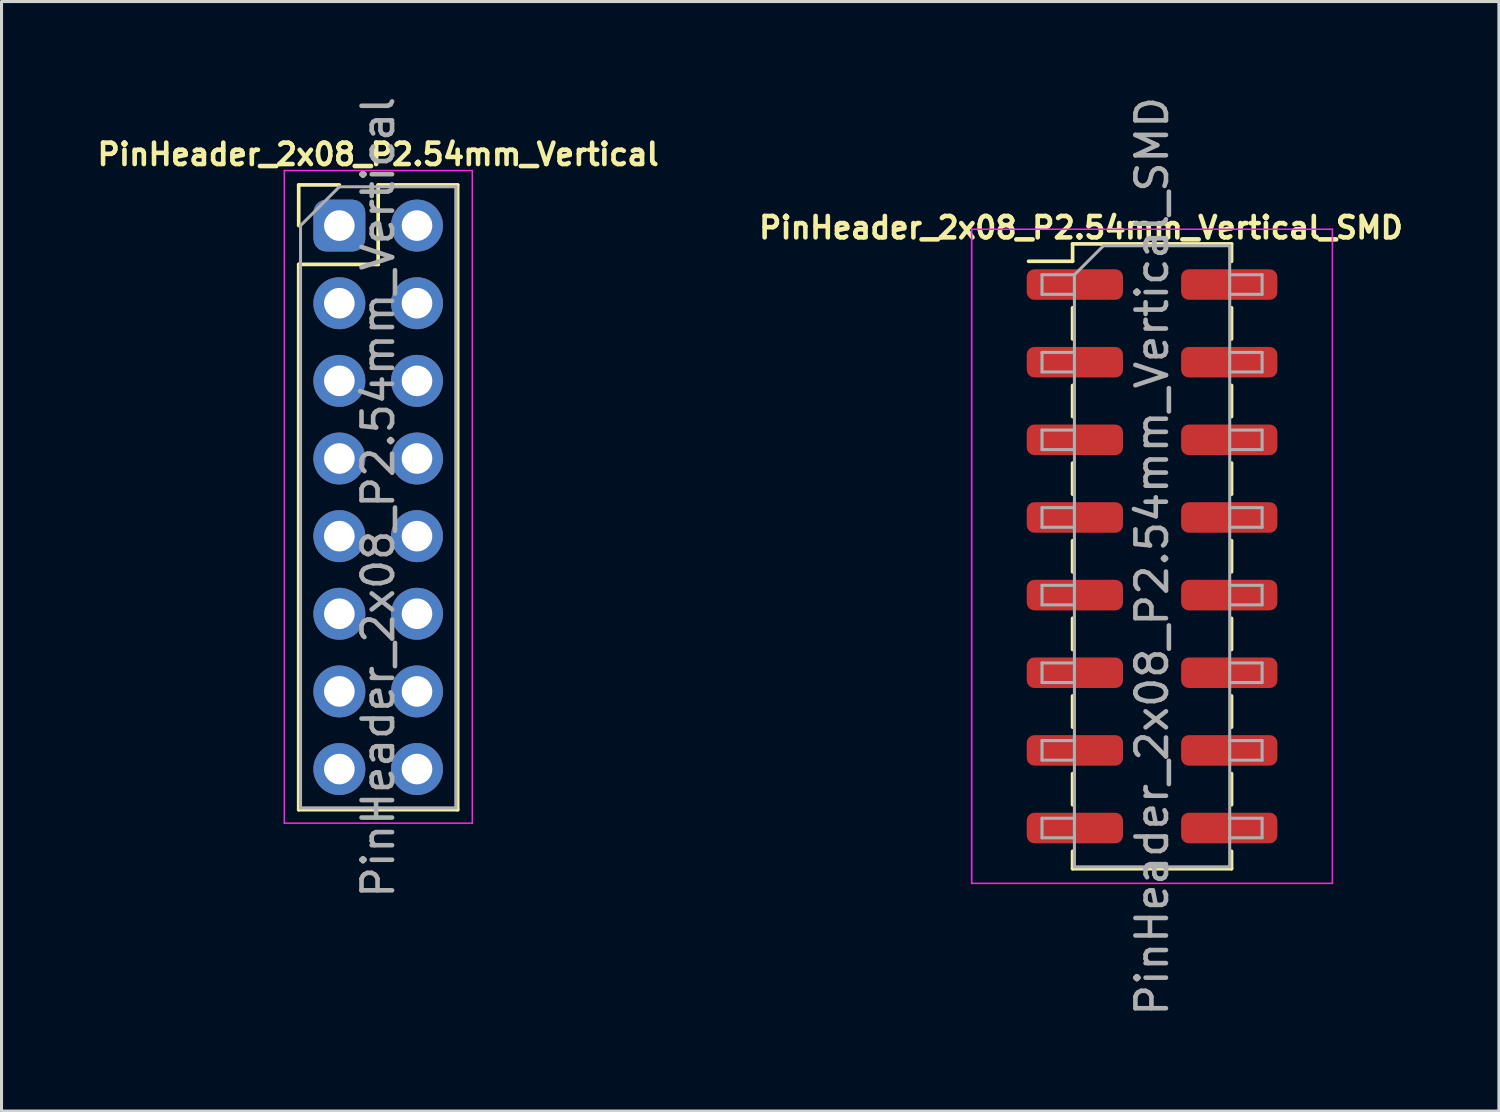
<source format=kicad_pcb>
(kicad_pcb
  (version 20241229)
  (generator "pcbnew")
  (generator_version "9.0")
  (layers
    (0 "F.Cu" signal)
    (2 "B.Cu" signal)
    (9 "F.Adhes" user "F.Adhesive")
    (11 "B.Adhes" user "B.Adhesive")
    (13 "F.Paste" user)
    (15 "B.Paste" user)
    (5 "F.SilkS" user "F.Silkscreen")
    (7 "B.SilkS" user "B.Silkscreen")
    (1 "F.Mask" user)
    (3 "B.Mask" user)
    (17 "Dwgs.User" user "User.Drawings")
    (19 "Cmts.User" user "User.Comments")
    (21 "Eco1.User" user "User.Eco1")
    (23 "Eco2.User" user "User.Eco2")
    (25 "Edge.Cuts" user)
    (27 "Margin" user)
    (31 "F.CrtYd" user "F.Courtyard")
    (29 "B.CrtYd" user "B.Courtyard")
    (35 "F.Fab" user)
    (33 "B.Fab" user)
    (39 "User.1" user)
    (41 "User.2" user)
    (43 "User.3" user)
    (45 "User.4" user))
  (footprint "PinHeader_2x08_P2.54mm_Vertical_SMD"
    (layer "F.Cu")
    (at 34.64 15.149)
    (property "Reference" "PinHeader_2x08_P2.54mm_Vertical_SMD" (at -2.325 -10.75 0) (layer "F.SilkS") (effects (font (size 0.7 0.7) (thickness 0.15))))
    (attr smd)
    (fp_line (start -4.04 -9.65) (end -2.6 -9.65) (stroke (width 0.12) (type solid)) (layer "F.SilkS"))
    (fp_line (start -2.6 -10.22) (end -2.6 -9.65) (stroke (width 0.12) (type solid)) (layer "F.SilkS"))
    (fp_line (start -2.6 -10.22) (end 2.6 -10.22) (stroke (width 0.12) (type solid)) (layer "F.SilkS"))
    (fp_line (start -2.6 -8.13) (end -2.6 -7.11) (stroke (width 0.12) (type solid)) (layer "F.SilkS"))
    (fp_line (start -2.6 -5.59) (end -2.6 -4.57) (stroke (width 0.12) (type solid)) (layer "F.SilkS"))
    (fp_line (start -2.6 -3.05) (end -2.6 -2.03) (stroke (width 0.12) (type solid)) (layer "F.SilkS"))
    (fp_line (start -2.6 -0.51) (end -2.6 0.51) (stroke (width 0.12) (type solid)) (layer "F.SilkS"))
    (fp_line (start -2.6 2.03) (end -2.6 3.05) (stroke (width 0.12) (type solid)) (layer "F.SilkS"))
    (fp_line (start -2.6 4.57) (end -2.6 5.59) (stroke (width 0.12) (type solid)) (layer "F.SilkS"))
    (fp_line (start -2.6 7.11) (end -2.6 8.13) (stroke (width 0.12) (type solid)) (layer "F.SilkS"))
    (fp_line (start -2.6 9.65) (end -2.6 10.22) (stroke (width 0.12) (type solid)) (layer "F.SilkS"))
    (fp_line (start -2.6 10.22) (end 2.6 10.22) (stroke (width 0.12) (type solid)) (layer "F.SilkS"))
    (fp_line (start 2.6 -10.22) (end 2.6 -9.65) (stroke (width 0.12) (type solid)) (layer "F.SilkS"))
    (fp_line (start 2.6 -8.13) (end 2.6 -7.11) (stroke (width 0.12) (type solid)) (layer "F.SilkS"))
    (fp_line (start 2.6 -5.59) (end 2.6 -4.57) (stroke (width 0.12) (type solid)) (layer "F.SilkS"))
    (fp_line (start 2.6 -3.05) (end 2.6 -2.03) (stroke (width 0.12) (type solid)) (layer "F.SilkS"))
    (fp_line (start 2.6 -0.51) (end 2.6 0.51) (stroke (width 0.12) (type solid)) (layer "F.SilkS"))
    (fp_line (start 2.6 2.03) (end 2.6 3.05) (stroke (width 0.12) (type solid)) (layer "F.SilkS"))
    (fp_line (start 2.6 4.57) (end 2.6 5.59) (stroke (width 0.12) (type solid)) (layer "F.SilkS"))
    (fp_line (start 2.6 7.11) (end 2.6 8.13) (stroke (width 0.12) (type solid)) (layer "F.SilkS"))
    (fp_line (start 2.6 9.65) (end 2.6 10.22) (stroke (width 0.12) (type solid)) (layer "F.SilkS"))
    (fp_line (start -5.9 -10.7) (end -5.9 10.7) (stroke (width 0.05) (type solid)) (layer "F.CrtYd"))
    (fp_line (start -5.9 10.7) (end 5.9 10.7) (stroke (width 0.05) (type solid)) (layer "F.CrtYd"))
    (fp_line (start 5.9 -10.7) (end -5.9 -10.7) (stroke (width 0.05) (type solid)) (layer "F.CrtYd"))
    (fp_line (start 5.9 10.7) (end 5.9 -10.7) (stroke (width 0.05) (type solid)) (layer "F.CrtYd"))
    (fp_line (start -3.6 -9.21) (end -3.6 -8.57) (stroke (width 0.1) (type solid)) (layer "F.Fab"))
    (fp_line (start -3.6 -8.57) (end -2.54 -8.57) (stroke (width 0.1) (type solid)) (layer "F.Fab"))
    (fp_line (start -3.6 -6.67) (end -3.6 -6.03) (stroke (width 0.1) (type solid)) (layer "F.Fab"))
    (fp_line (start -3.6 -6.03) (end -2.54 -6.03) (stroke (width 0.1) (type solid)) (layer "F.Fab"))
    (fp_line (start -3.6 -4.13) (end -3.6 -3.49) (stroke (width 0.1) (type solid)) (layer "F.Fab"))
    (fp_line (start -3.6 -3.49) (end -2.54 -3.49) (stroke (width 0.1) (type solid)) (layer "F.Fab"))
    (fp_line (start -3.6 -1.59) (end -3.6 -0.95) (stroke (width 0.1) (type solid)) (layer "F.Fab"))
    (fp_line (start -3.6 -0.95) (end -2.54 -0.95) (stroke (width 0.1) (type solid)) (layer "F.Fab"))
    (fp_line (start -3.6 0.95) (end -3.6 1.59) (stroke (width 0.1) (type solid)) (layer "F.Fab"))
    (fp_line (start -3.6 1.59) (end -2.54 1.59) (stroke (width 0.1) (type solid)) (layer "F.Fab"))
    (fp_line (start -3.6 3.49) (end -3.6 4.13) (stroke (width 0.1) (type solid)) (layer "F.Fab"))
    (fp_line (start -3.6 4.13) (end -2.54 4.13) (stroke (width 0.1) (type solid)) (layer "F.Fab"))
    (fp_line (start -3.6 6.03) (end -3.6 6.67) (stroke (width 0.1) (type solid)) (layer "F.Fab"))
    (fp_line (start -3.6 6.67) (end -2.54 6.67) (stroke (width 0.1) (type solid)) (layer "F.Fab"))
    (fp_line (start -3.6 8.57) (end -3.6 9.21) (stroke (width 0.1) (type solid)) (layer "F.Fab"))
    (fp_line (start -3.6 9.21) (end -2.54 9.21) (stroke (width 0.1) (type solid)) (layer "F.Fab"))
    (fp_line (start -2.54 -9.21) (end -3.6 -9.21) (stroke (width 0.1) (type solid)) (layer "F.Fab"))
    (fp_line (start -2.54 -9.21) (end -1.59 -10.16) (stroke (width 0.1) (type solid)) (layer "F.Fab"))
    (fp_line (start -2.54 -6.67) (end -3.6 -6.67) (stroke (width 0.1) (type solid)) (layer "F.Fab"))
    (fp_line (start -2.54 -4.13) (end -3.6 -4.13) (stroke (width 0.1) (type solid)) (layer "F.Fab"))
    (fp_line (start -2.54 -1.59) (end -3.6 -1.59) (stroke (width 0.1) (type solid)) (layer "F.Fab"))
    (fp_line (start -2.54 0.95) (end -3.6 0.95) (stroke (width 0.1) (type solid)) (layer "F.Fab"))
    (fp_line (start -2.54 3.49) (end -3.6 3.49) (stroke (width 0.1) (type solid)) (layer "F.Fab"))
    (fp_line (start -2.54 6.03) (end -3.6 6.03) (stroke (width 0.1) (type solid)) (layer "F.Fab"))
    (fp_line (start -2.54 8.57) (end -3.6 8.57) (stroke (width 0.1) (type solid)) (layer "F.Fab"))
    (fp_line (start -2.54 10.16) (end -2.54 -9.21) (stroke (width 0.1) (type solid)) (layer "F.Fab"))
    (fp_line (start -1.59 -10.16) (end 2.54 -10.16) (stroke (width 0.1) (type solid)) (layer "F.Fab"))
    (fp_line (start 2.54 -10.16) (end 2.54 10.16) (stroke (width 0.1) (type solid)) (layer "F.Fab"))
    (fp_line (start 2.54 -9.21) (end 3.6 -9.21) (stroke (width 0.1) (type solid)) (layer "F.Fab"))
    (fp_line (start 2.54 -6.67) (end 3.6 -6.67) (stroke (width 0.1) (type solid)) (layer "F.Fab"))
    (fp_line (start 2.54 -4.13) (end 3.6 -4.13) (stroke (width 0.1) (type solid)) (layer "F.Fab"))
    (fp_line (start 2.54 -1.59) (end 3.6 -1.59) (stroke (width 0.1) (type solid)) (layer "F.Fab"))
    (fp_line (start 2.54 0.95) (end 3.6 0.95) (stroke (width 0.1) (type solid)) (layer "F.Fab"))
    (fp_line (start 2.54 3.49) (end 3.6 3.49) (stroke (width 0.1) (type solid)) (layer "F.Fab"))
    (fp_line (start 2.54 6.03) (end 3.6 6.03) (stroke (width 0.1) (type solid)) (layer "F.Fab"))
    (fp_line (start 2.54 8.57) (end 3.6 8.57) (stroke (width 0.1) (type solid)) (layer "F.Fab"))
    (fp_line (start 2.54 10.16) (end -2.54 10.16) (stroke (width 0.1) (type solid)) (layer "F.Fab"))
    (fp_line (start 3.6 -9.21) (end 3.6 -8.57) (stroke (width 0.1) (type solid)) (layer "F.Fab"))
    (fp_line (start 3.6 -8.57) (end 2.54 -8.57) (stroke (width 0.1) (type solid)) (layer "F.Fab"))
    (fp_line (start 3.6 -6.67) (end 3.6 -6.03) (stroke (width 0.1) (type solid)) (layer "F.Fab"))
    (fp_line (start 3.6 -6.03) (end 2.54 -6.03) (stroke (width 0.1) (type solid)) (layer "F.Fab"))
    (fp_line (start 3.6 -4.13) (end 3.6 -3.49) (stroke (width 0.1) (type solid)) (layer "F.Fab"))
    (fp_line (start 3.6 -3.49) (end 2.54 -3.49) (stroke (width 0.1) (type solid)) (layer "F.Fab"))
    (fp_line (start 3.6 -1.59) (end 3.6 -0.95) (stroke (width 0.1) (type solid)) (layer "F.Fab"))
    (fp_line (start 3.6 -0.95) (end 2.54 -0.95) (stroke (width 0.1) (type solid)) (layer "F.Fab"))
    (fp_line (start 3.6 0.95) (end 3.6 1.59) (stroke (width 0.1) (type solid)) (layer "F.Fab"))
    (fp_line (start 3.6 1.59) (end 2.54 1.59) (stroke (width 0.1) (type solid)) (layer "F.Fab"))
    (fp_line (start 3.6 3.49) (end 3.6 4.13) (stroke (width 0.1) (type solid)) (layer "F.Fab"))
    (fp_line (start 3.6 4.13) (end 2.54 4.13) (stroke (width 0.1) (type solid)) (layer "F.Fab"))
    (fp_line (start 3.6 6.03) (end 3.6 6.67) (stroke (width 0.1) (type solid)) (layer "F.Fab"))
    (fp_line (start 3.6 6.67) (end 2.54 6.67) (stroke (width 0.1) (type solid)) (layer "F.Fab"))
    (fp_line (start 3.6 8.57) (end 3.6 9.21) (stroke (width 0.1) (type solid)) (layer "F.Fab"))
    (fp_line (start 3.6 9.21) (end 2.54 9.21) (stroke (width 0.1) (type solid)) (layer "F.Fab"))
    (fp_text user "${REFERENCE}" (at 0 0 90) (layer "F.Fab") (effects (font (size 1 1) (thickness 0.15))))
    (pad "1" smd roundrect (at -2.525 -8.89) (size 3.15 1) (layers "F.Cu" "F.Mask" "F.Paste") (roundrect_rratio 0.25))
    (pad "2" smd roundrect (at 2.525 -8.89) (size 3.15 1) (layers "F.Cu" "F.Mask" "F.Paste") (roundrect_rratio 0.25))
    (pad "3" smd roundrect (at -2.525 -6.35) (size 3.15 1) (layers "F.Cu" "F.Mask" "F.Paste") (roundrect_rratio 0.25))
    (pad "4" smd roundrect (at 2.525 -6.35) (size 3.15 1) (layers "F.Cu" "F.Mask" "F.Paste") (roundrect_rratio 0.25))
    (pad "5" smd roundrect (at -2.525 -3.81) (size 3.15 1) (layers "F.Cu" "F.Mask" "F.Paste") (roundrect_rratio 0.25))
    (pad "6" smd roundrect (at 2.525 -3.81) (size 3.15 1) (layers "F.Cu" "F.Mask" "F.Paste") (roundrect_rratio 0.25))
    (pad "7" smd roundrect (at -2.525 -1.27) (size 3.15 1) (layers "F.Cu" "F.Mask" "F.Paste") (roundrect_rratio 0.25))
    (pad "8" smd roundrect (at 2.525 -1.27) (size 3.15 1) (layers "F.Cu" "F.Mask" "F.Paste") (roundrect_rratio 0.25))
    (pad "9" smd roundrect (at -2.525 1.27) (size 3.15 1) (layers "F.Cu" "F.Mask" "F.Paste") (roundrect_rratio 0.25))
    (pad "10" smd roundrect (at 2.525 1.27) (size 3.15 1) (layers "F.Cu" "F.Mask" "F.Paste") (roundrect_rratio 0.25))
    (pad "11" smd roundrect (at -2.525 3.81) (size 3.15 1) (layers "F.Cu" "F.Mask" "F.Paste") (roundrect_rratio 0.25))
    (pad "12" smd roundrect (at 2.525 3.81) (size 3.15 1) (layers "F.Cu" "F.Mask" "F.Paste") (roundrect_rratio 0.25))
    (pad "13" smd roundrect (at -2.525 6.35) (size 3.15 1) (layers "F.Cu" "F.Mask" "F.Paste") (roundrect_rratio 0.25))
    (pad "14" smd roundrect (at 2.525 6.35) (size 3.15 1) (layers "F.Cu" "F.Mask" "F.Paste") (roundrect_rratio 0.25))
    (pad "15" smd roundrect (at -2.525 8.89) (size 3.15 1) (layers "F.Cu" "F.Mask" "F.Paste") (roundrect_rratio 0.25))
    (pad "16" smd roundrect (at 2.525 8.89) (size 3.15 1) (layers "F.Cu" "F.Mask" "F.Paste") (roundrect_rratio 0.25)))
  (footprint "PinHeader_2x08_P2.54mm_Vertical"
    (layer "F.Cu")
    (at 8.052 4.33)
    (property "Reference" "PinHeader_2x08_P2.54mm_Vertical" (at 1.27 -2.33 0) (layer "F.SilkS") (effects (font (size 0.7 0.7) (thickness 0.15))))
    (attr through_hole)
    (fp_line (start -1.33 -1.33) (end 0 -1.33) (stroke (width 0.12) (type solid)) (layer "F.SilkS"))
    (fp_line (start -1.33 0) (end -1.33 -1.33) (stroke (width 0.12) (type solid)) (layer "F.SilkS"))
    (fp_line (start -1.33 1.27) (end -1.33 19.11) (stroke (width 0.12) (type solid)) (layer "F.SilkS"))
    (fp_line (start -1.33 1.27) (end 1.27 1.27) (stroke (width 0.12) (type solid)) (layer "F.SilkS"))
    (fp_line (start -1.33 19.11) (end 3.87 19.11) (stroke (width 0.12) (type solid)) (layer "F.SilkS"))
    (fp_line (start 1.27 -1.33) (end 3.87 -1.33) (stroke (width 0.12) (type solid)) (layer "F.SilkS"))
    (fp_line (start 1.27 1.27) (end 1.27 -1.33) (stroke (width 0.12) (type solid)) (layer "F.SilkS"))
    (fp_line (start 3.87 -1.33) (end 3.87 19.11) (stroke (width 0.12) (type solid)) (layer "F.SilkS"))
    (fp_line (start -1.8 -1.8) (end -1.8 19.55) (stroke (width 0.05) (type solid)) (layer "F.CrtYd"))
    (fp_line (start -1.8 19.55) (end 4.35 19.55) (stroke (width 0.05) (type solid)) (layer "F.CrtYd"))
    (fp_line (start 4.35 -1.8) (end -1.8 -1.8) (stroke (width 0.05) (type solid)) (layer "F.CrtYd"))
    (fp_line (start 4.35 19.55) (end 4.35 -1.8) (stroke (width 0.05) (type solid)) (layer "F.CrtYd"))
    (fp_line (start -1.27 0) (end 0 -1.27) (stroke (width 0.1) (type solid)) (layer "F.Fab"))
    (fp_line (start -1.27 19.05) (end -1.27 0) (stroke (width 0.1) (type solid)) (layer "F.Fab"))
    (fp_line (start 0 -1.27) (end 3.81 -1.27) (stroke (width 0.1) (type solid)) (layer "F.Fab"))
    (fp_line (start 3.81 -1.27) (end 3.81 19.05) (stroke (width 0.1) (type solid)) (layer "F.Fab"))
    (fp_line (start 3.81 19.05) (end -1.27 19.05) (stroke (width 0.1) (type solid)) (layer "F.Fab"))
    (fp_text user "${REFERENCE}" (at 1.27 8.89 90) (layer "F.Fab") (effects (font (size 1 1) (thickness 0.15))))
    (pad "1" thru_hole roundrect (at 0 0) (size 1.7 1.7) (drill 1) (layers "*.Cu" "*.Mask") (roundrect_rratio 0.25))
    (pad "2" thru_hole oval (at 2.54 0) (size 1.7 1.7) (drill 1) (layers "*.Cu" "*.Mask"))
    (pad "3" thru_hole oval (at 0 2.54) (size 1.7 1.7) (drill 1) (layers "*.Cu" "*.Mask"))
    (pad "4" thru_hole oval (at 2.54 2.54) (size 1.7 1.7) (drill 1) (layers "*.Cu" "*.Mask"))
    (pad "5" thru_hole oval (at 0 5.08) (size 1.7 1.7) (drill 1) (layers "*.Cu" "*.Mask"))
    (pad "6" thru_hole oval (at 2.54 5.08) (size 1.7 1.7) (drill 1) (layers "*.Cu" "*.Mask"))
    (pad "7" thru_hole oval (at 0 7.62) (size 1.7 1.7) (drill 1) (layers "*.Cu" "*.Mask"))
    (pad "8" thru_hole oval (at 2.54 7.62) (size 1.7 1.7) (drill 1) (layers "*.Cu" "*.Mask"))
    (pad "9" thru_hole oval (at 0 10.16) (size 1.7 1.7) (drill 1) (layers "*.Cu" "*.Mask"))
    (pad "10" thru_hole oval (at 2.54 10.16) (size 1.7 1.7) (drill 1) (layers "*.Cu" "*.Mask"))
    (pad "11" thru_hole oval (at 0 12.7) (size 1.7 1.7) (drill 1) (layers "*.Cu" "*.Mask"))
    (pad "12" thru_hole oval (at 2.54 12.7) (size 1.7 1.7) (drill 1) (layers "*.Cu" "*.Mask"))
    (pad "13" thru_hole oval (at 0 15.24) (size 1.7 1.7) (drill 1) (layers "*.Cu" "*.Mask"))
    (pad "14" thru_hole oval (at 2.54 15.24) (size 1.7 1.7) (drill 1) (layers "*.Cu" "*.Mask"))
    (pad "15" thru_hole oval (at 0 17.78) (size 1.7 1.7) (drill 1) (layers "*.Cu" "*.Mask"))
    (pad "16" thru_hole oval (at 2.54 17.78) (size 1.7 1.7) (drill 1) (layers "*.Cu" "*.Mask")))
  (gr_rect
    (start -3 -3)
    (end 45.987 33.298)
    (stroke (width 0.1) (type default))
    (fill no)
    (layer "Edge.Cuts")))
</source>
